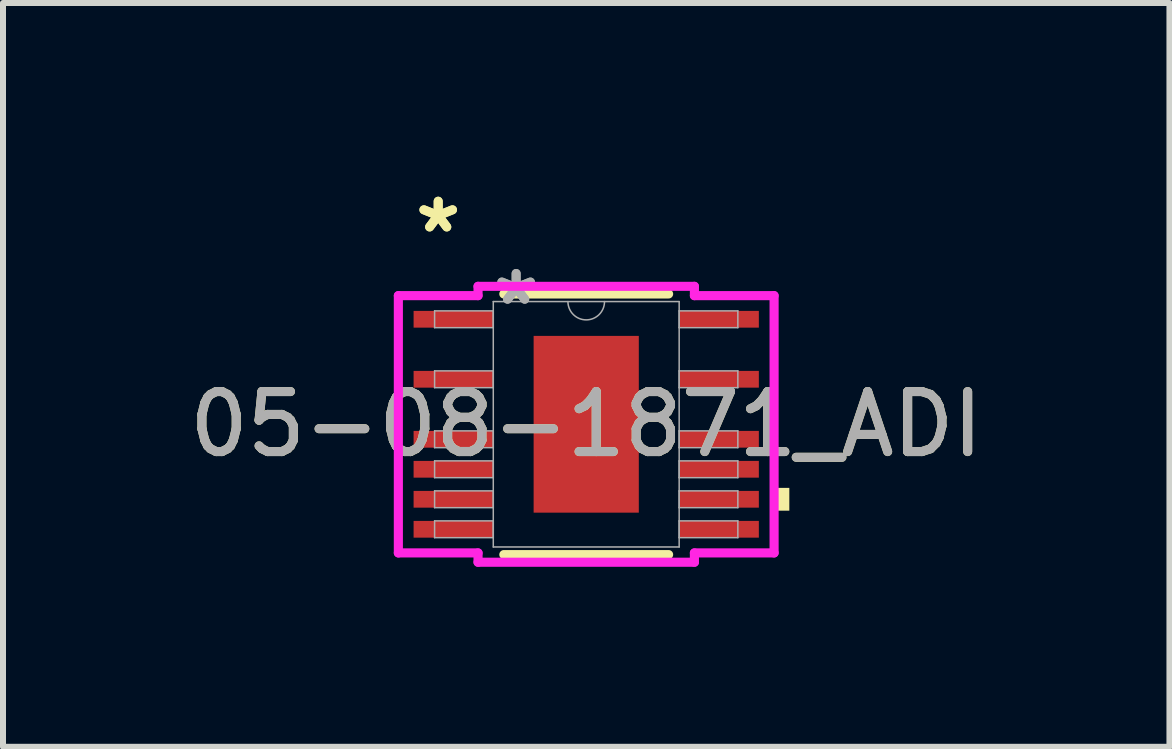
<source format=kicad_pcb>
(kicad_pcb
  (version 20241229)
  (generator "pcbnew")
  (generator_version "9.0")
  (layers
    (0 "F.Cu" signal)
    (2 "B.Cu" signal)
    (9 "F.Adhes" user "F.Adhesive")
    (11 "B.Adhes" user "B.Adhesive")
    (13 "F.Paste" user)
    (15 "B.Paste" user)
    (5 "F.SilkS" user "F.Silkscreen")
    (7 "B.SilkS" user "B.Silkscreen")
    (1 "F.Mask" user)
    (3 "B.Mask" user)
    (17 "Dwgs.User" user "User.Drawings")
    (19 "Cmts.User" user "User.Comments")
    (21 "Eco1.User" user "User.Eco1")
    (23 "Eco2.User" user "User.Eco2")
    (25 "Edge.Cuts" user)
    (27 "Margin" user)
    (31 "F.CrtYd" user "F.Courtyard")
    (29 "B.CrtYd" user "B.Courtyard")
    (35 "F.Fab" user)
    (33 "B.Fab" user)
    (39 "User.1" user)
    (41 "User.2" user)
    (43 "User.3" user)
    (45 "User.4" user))
  (footprint "05-08-1871_ADI"
    (layer "F.Cu")
    (at 6.72 4.021)
    (property "Reference" "05-08-1871_ADI" (at 0 0 0) (unlocked yes) (layer "F.SilkS") (effects (font (size 1 1) (thickness 0.15))))
    (attr smd)
    (fp_line (start -1.373 2.172) (end 1.373 2.172) (stroke (width 0.152) (type solid)) (layer "F.SilkS"))
    (fp_line (start 1.373 -2.172) (end -1.373 -2.172) (stroke (width 0.152) (type solid)) (layer "F.SilkS"))
    (fp_poly (pts (xy 3.385 1.06) (xy 3.385 1.44) (xy 3.131 1.44) (xy 3.131 1.06)) (stroke (width 0) (type solid)) (fill yes) (layer "F.SilkS"))
    (fp_poly (pts (xy -0.776 -1.373) (xy -0.776 -0.1) (xy 0.776 -0.1) (xy 0.776 -1.373)) (stroke (width 0) (type solid)) (fill yes) (layer "F.Paste"))
    (fp_poly (pts (xy -0.776 0.1) (xy -0.776 1.373) (xy 0.776 1.373) (xy 0.776 0.1)) (stroke (width 0) (type solid)) (fill yes) (layer "F.Paste"))
    (fp_line (start -3.131 -2.144) (end -1.803 -2.144) (stroke (width 0.152) (type solid)) (layer "F.CrtYd"))
    (fp_line (start -3.131 2.144) (end -3.131 -2.144) (stroke (width 0.152) (type solid)) (layer "F.CrtYd"))
    (fp_line (start -3.131 2.144) (end -1.803 2.144) (stroke (width 0.152) (type solid)) (layer "F.CrtYd"))
    (fp_line (start -1.803 -2.299) (end 1.803 -2.299) (stroke (width 0.152) (type solid)) (layer "F.CrtYd"))
    (fp_line (start -1.803 -2.144) (end -1.803 -2.299) (stroke (width 0.152) (type solid)) (layer "F.CrtYd"))
    (fp_line (start -1.803 2.299) (end -1.803 2.144) (stroke (width 0.152) (type solid)) (layer "F.CrtYd"))
    (fp_line (start 1.803 -2.299) (end 1.803 -2.144) (stroke (width 0.152) (type solid)) (layer "F.CrtYd"))
    (fp_line (start 1.803 2.144) (end 1.803 2.299) (stroke (width 0.152) (type solid)) (layer "F.CrtYd"))
    (fp_line (start 1.803 2.299) (end -1.803 2.299) (stroke (width 0.152) (type solid)) (layer "F.CrtYd"))
    (fp_line (start 3.131 -2.144) (end 1.803 -2.144) (stroke (width 0.152) (type solid)) (layer "F.CrtYd"))
    (fp_line (start 3.131 -2.144) (end 3.131 2.144) (stroke (width 0.152) (type solid)) (layer "F.CrtYd"))
    (fp_line (start 3.131 2.144) (end 1.803 2.144) (stroke (width 0.152) (type solid)) (layer "F.CrtYd"))
    (fp_line (start -2.527 -1.89) (end -2.527 -1.61) (stroke (width 0.025) (type solid)) (layer "F.Fab"))
    (fp_line (start -2.527 -1.61) (end -1.549 -1.61) (stroke (width 0.025) (type solid)) (layer "F.Fab"))
    (fp_line (start -2.527 -0.89) (end -2.527 -0.61) (stroke (width 0.025) (type solid)) (layer "F.Fab"))
    (fp_line (start -2.527 -0.61) (end -1.549 -0.61) (stroke (width 0.025) (type solid)) (layer "F.Fab"))
    (fp_line (start -2.527 0.11) (end -2.527 0.39) (stroke (width 0.025) (type solid)) (layer "F.Fab"))
    (fp_line (start -2.527 0.39) (end -1.549 0.39) (stroke (width 0.025) (type solid)) (layer "F.Fab"))
    (fp_line (start -2.527 0.61) (end -2.527 0.89) (stroke (width 0.025) (type solid)) (layer "F.Fab"))
    (fp_line (start -2.527 0.89) (end -1.549 0.89) (stroke (width 0.025) (type solid)) (layer "F.Fab"))
    (fp_line (start -2.527 1.11) (end -2.527 1.39) (stroke (width 0.025) (type solid)) (layer "F.Fab"))
    (fp_line (start -2.527 1.39) (end -1.549 1.39) (stroke (width 0.025) (type solid)) (layer "F.Fab"))
    (fp_line (start -2.527 1.61) (end -2.527 1.89) (stroke (width 0.025) (type solid)) (layer "F.Fab"))
    (fp_line (start -2.527 1.89) (end -1.549 1.89) (stroke (width 0.025) (type solid)) (layer "F.Fab"))
    (fp_line (start -1.549 -2.045) (end -1.549 2.045) (stroke (width 0.025) (type solid)) (layer "F.Fab"))
    (fp_line (start -1.549 -1.89) (end -2.527 -1.89) (stroke (width 0.025) (type solid)) (layer "F.Fab"))
    (fp_line (start -1.549 -1.61) (end -1.549 -1.89) (stroke (width 0.025) (type solid)) (layer "F.Fab"))
    (fp_line (start -1.549 -0.89) (end -2.527 -0.89) (stroke (width 0.025) (type solid)) (layer "F.Fab"))
    (fp_line (start -1.549 -0.61) (end -1.549 -0.89) (stroke (width 0.025) (type solid)) (layer "F.Fab"))
    (fp_line (start -1.549 0.11) (end -2.527 0.11) (stroke (width 0.025) (type solid)) (layer "F.Fab"))
    (fp_line (start -1.549 0.39) (end -1.549 0.11) (stroke (width 0.025) (type solid)) (layer "F.Fab"))
    (fp_line (start -1.549 0.61) (end -2.527 0.61) (stroke (width 0.025) (type solid)) (layer "F.Fab"))
    (fp_line (start -1.549 0.89) (end -1.549 0.61) (stroke (width 0.025) (type solid)) (layer "F.Fab"))
    (fp_line (start -1.549 1.11) (end -2.527 1.11) (stroke (width 0.025) (type solid)) (layer "F.Fab"))
    (fp_line (start -1.549 1.39) (end -1.549 1.11) (stroke (width 0.025) (type solid)) (layer "F.Fab"))
    (fp_line (start -1.549 1.61) (end -2.527 1.61) (stroke (width 0.025) (type solid)) (layer "F.Fab"))
    (fp_line (start -1.549 1.89) (end -1.549 1.61) (stroke (width 0.025) (type solid)) (layer "F.Fab"))
    (fp_line (start -1.549 2.045) (end 1.549 2.045) (stroke (width 0.025) (type solid)) (layer "F.Fab"))
    (fp_line (start 1.549 -2.045) (end -1.549 -2.045) (stroke (width 0.025) (type solid)) (layer "F.Fab"))
    (fp_line (start 1.549 -1.89) (end 1.549 -1.61) (stroke (width 0.025) (type solid)) (layer "F.Fab"))
    (fp_line (start 1.549 -1.61) (end 2.527 -1.61) (stroke (width 0.025) (type solid)) (layer "F.Fab"))
    (fp_line (start 1.549 -0.89) (end 1.549 -0.61) (stroke (width 0.025) (type solid)) (layer "F.Fab"))
    (fp_line (start 1.549 -0.61) (end 2.527 -0.61) (stroke (width 0.025) (type solid)) (layer "F.Fab"))
    (fp_line (start 1.549 0.11) (end 1.549 0.39) (stroke (width 0.025) (type solid)) (layer "F.Fab"))
    (fp_line (start 1.549 0.39) (end 2.527 0.39) (stroke (width 0.025) (type solid)) (layer "F.Fab"))
    (fp_line (start 1.549 0.61) (end 1.549 0.89) (stroke (width 0.025) (type solid)) (layer "F.Fab"))
    (fp_line (start 1.549 0.89) (end 2.527 0.89) (stroke (width 0.025) (type solid)) (layer "F.Fab"))
    (fp_line (start 1.549 1.11) (end 1.549 1.39) (stroke (width 0.025) (type solid)) (layer "F.Fab"))
    (fp_line (start 1.549 1.39) (end 2.527 1.39) (stroke (width 0.025) (type solid)) (layer "F.Fab"))
    (fp_line (start 1.549 1.61) (end 1.549 1.89) (stroke (width 0.025) (type solid)) (layer "F.Fab"))
    (fp_line (start 1.549 1.89) (end 2.527 1.89) (stroke (width 0.025) (type solid)) (layer "F.Fab"))
    (fp_line (start 1.549 2.045) (end 1.549 -2.045) (stroke (width 0.025) (type solid)) (layer "F.Fab"))
    (fp_line (start 2.527 -1.89) (end 1.549 -1.89) (stroke (width 0.025) (type solid)) (layer "F.Fab"))
    (fp_line (start 2.527 -1.61) (end 2.527 -1.89) (stroke (width 0.025) (type solid)) (layer "F.Fab"))
    (fp_line (start 2.527 -0.89) (end 1.549 -0.89) (stroke (width 0.025) (type solid)) (layer "F.Fab"))
    (fp_line (start 2.527 -0.61) (end 2.527 -0.89) (stroke (width 0.025) (type solid)) (layer "F.Fab"))
    (fp_line (start 2.527 0.11) (end 1.549 0.11) (stroke (width 0.025) (type solid)) (layer "F.Fab"))
    (fp_line (start 2.527 0.39) (end 2.527 0.11) (stroke (width 0.025) (type solid)) (layer "F.Fab"))
    (fp_line (start 2.527 0.61) (end 1.549 0.61) (stroke (width 0.025) (type solid)) (layer "F.Fab"))
    (fp_line (start 2.527 0.89) (end 2.527 0.61) (stroke (width 0.025) (type solid)) (layer "F.Fab"))
    (fp_line (start 2.527 1.11) (end 1.549 1.11) (stroke (width 0.025) (type solid)) (layer "F.Fab"))
    (fp_line (start 2.527 1.39) (end 2.527 1.11) (stroke (width 0.025) (type solid)) (layer "F.Fab"))
    (fp_line (start 2.527 1.61) (end 1.549 1.61) (stroke (width 0.025) (type solid)) (layer "F.Fab"))
    (fp_line (start 2.527 1.89) (end 2.527 1.61) (stroke (width 0.025) (type solid)) (layer "F.Fab"))
    (fp_arc (start 0.3048 -2.0447) (mid 0 -1.7399) (end -0.3048 -2.0447) (stroke (width 0.0254) (type solid)) (layer "F.Fab"))
    (fp_text user "*" (at -2.467 -3.172 0) (layer "F.SilkS") (effects (font (size 1 1) (thickness 0.15))))
    (fp_text user "*" (at -2.467 -3.172 0) (unlocked yes) (layer "F.SilkS") (effects (font (size 1 1) (thickness 0.15))))
    (fp_text user "${REFERENCE}" (at 0 0 0) (unlocked yes) (layer "F.Fab") (effects (font (size 1 1) (thickness 0.15))))
    (fp_text user "*" (at -1.168 -1.968 0) (layer "F.Fab") (effects (font (size 1 1) (thickness 0.15))))
    (fp_text user "*" (at -1.168 -1.968 0) (unlocked yes) (layer "F.Fab") (effects (font (size 1 1) (thickness 0.15))))
    (pad "1" smd rect (at -2.213 -1.75) (size 1.328 0.279) (layers "F.Cu" "F.Mask" "F.Paste"))
    (pad "3" smd rect (at -2.213 -0.75) (size 1.328 0.279) (layers "F.Cu" "F.Mask" "F.Paste"))
    (pad "5" smd rect (at -2.213 0.25) (size 1.328 0.279) (layers "F.Cu" "F.Mask" "F.Paste"))
    (pad "6" smd rect (at -2.213 0.75) (size 1.328 0.279) (layers "F.Cu" "F.Mask" "F.Paste"))
    (pad "7" smd rect (at -2.213 1.25) (size 1.328 0.279) (layers "F.Cu" "F.Mask" "F.Paste"))
    (pad "8" smd rect (at -2.213 1.75) (size 1.328 0.279) (layers "F.Cu" "F.Mask" "F.Paste"))
    (pad "9" smd rect (at 2.213 1.75) (size 1.328 0.279) (layers "F.Cu" "F.Mask" "F.Paste"))
    (pad "10" smd rect (at 2.213 1.25) (size 1.328 0.279) (layers "F.Cu" "F.Mask" "F.Paste"))
    (pad "11" smd rect (at 2.213 0.75) (size 1.328 0.279) (layers "F.Cu" "F.Mask" "F.Paste"))
    (pad "12" smd rect (at 2.213 0.25) (size 1.328 0.279) (layers "F.Cu" "F.Mask" "F.Paste"))
    (pad "14" smd rect (at 2.213 -0.75) (size 1.328 0.279) (layers "F.Cu" "F.Mask" "F.Paste"))
    (pad "16" smd rect (at 2.213 -1.75) (size 1.328 0.279) (layers "F.Cu" "F.Mask" "F.Paste"))
    (pad "17" smd rect (at 0 0) (size 1.753 2.946) (layers "F.Cu" "F.Mask")))
  (gr_rect
    (start -3 -3)
    (end 16.44 9.396)
    (stroke (width 0.1) (type default))
    (fill no)
    (layer "Edge.Cuts")))
</source>
